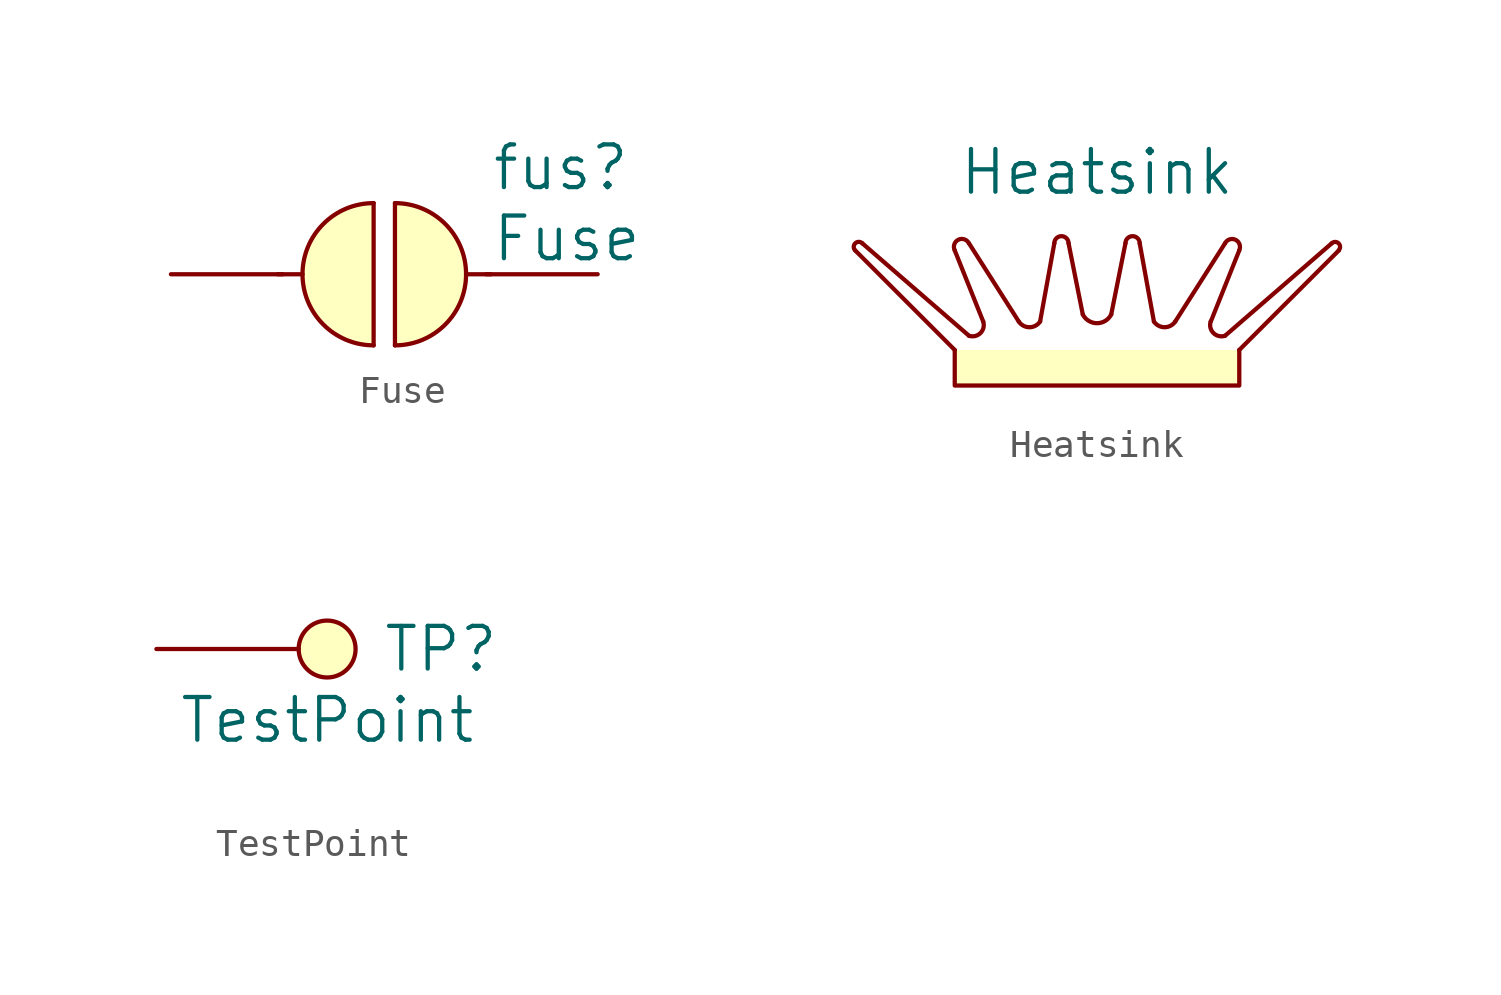
<source format=kicad_sym>
(kicad_symbol_lib
  (version 20220914)
  (generator kicad_symbol_editor)
  (symbol "Fuse"
    (pin_numbers hide)
    (pin_names
      (offset 1.016) hide)
    (property "Reference" "fus"
      (at 3.81 3.81 0)
      (effects (font (size 1.524 1.524)) (justify left)))
    (property "Value" "Fuse"
      (at 3.81 1.27 0)
      (effects (font (size 1.524 1.524)) (justify left)))
    (property "Datasheet" ""
      (at -1.651 0 0)
      (effects (font (size 1.524 1.524))))
    (symbol "Fuse_0_1"
      (arc (start -0.381 2.54) (mid -2.91 0) (end -0.381 -2.54) (stroke (width 0) (type solid)) (fill (type background)))
      (polyline (pts (xy -2.921 0) (xy -3.81 0)) (stroke (width 0) (type solid)) (fill (type none)))
      (polyline (pts (xy -0.381 -2.54) (xy -0.381 2.54)) (stroke (width 0) (type solid)) (fill (type none)))
      (polyline (pts (xy 0.381 -2.54) (xy 0.381 2.54)) (stroke (width 0) (type solid)) (fill (type none)))
      (polyline (pts (xy 3.81 0) (xy 2.921 0)) (stroke (width 0) (type solid)) (fill (type none)))
      (arc (start 0.381 -2.54) (mid 2.91 0) (end 0.381 2.54) (stroke (width 0) (type solid)) (fill (type background))))
    (symbol "Fuse_1_1"
      (pin passive line (at -7.62 0 0) (length 3.988) (name "~" (effects (font (size 1.524 1.524)))) (number "1" (effects (font (size 1.524 1.524)))))
      (pin passive line (at 7.62 0 180) (length 3.988) (name "~" (effects (font (size 1.524 1.524)))) (number "2" (effects (font (size 1.524 1.524)))))))
  (symbol "Heatsink"
    (pin_numbers hide)
    (pin_names
      (offset 1.016) hide)
    (property "Reference" "Heat"
      (at 0 10.16 0)
      (effects (font (size 1.524 1.524)) hide))
    (property "Value" "Heatsink"
      (at 0 7.62 0)
      (effects (font (size 1.524 1.524))))
    (property "Datasheet" ""
      (at -1.651 0 0)
      (effects (font (size 1.524 1.524))))
    (symbol "Heatsink_0_1"
      (arc (start -8.382 5.08) (mid -8.6355 5.0795) (end -8.636 4.826) (stroke (width 0) (type solid)) (fill (type none)))
      (arc (start -4.572 1.778) (mid -4.161 1.875) (end -4.064 2.286) (stroke (width 0) (type solid)) (fill (type none)))
      (arc (start -4.572 5.08) (mid -4.9524 5.2059) (end -5.08 4.826) (stroke (width 0) (type solid)) (fill (type none)))
      (arc (start -2.794 2.286) (mid -2.413 2.0821) (end -2.032 2.286) (stroke (width 0) (type solid)) (fill (type none)))
      (arc (start -1.016 5.08) (mid -1.27 5.3329) (end -1.524 5.08) (stroke (width 0) (type solid)) (fill (type none)))
      (arc (start -0.508 2.54) (mid 0 2.226) (end 0.508 2.54) (stroke (width 0) (type solid)) (fill (type none)))
      (polyline (pts (xy -5.08 1.27) (xy -8.636 4.826)) (stroke (width 0) (type solid)) (fill (type none)))
      (polyline (pts (xy -4.572 1.778) (xy -8.382 5.08)) (stroke (width 0) (type solid)) (fill (type none)))
      (polyline (pts (xy -4.572 5.08) (xy -2.794 2.286)) (stroke (width 0) (type solid)) (fill (type none)))
      (polyline (pts (xy -4.064 2.286) (xy -5.08 4.826)) (stroke (width 0) (type solid)) (fill (type none)))
      (polyline (pts (xy -2.032 2.286) (xy -1.524 5.08)) (stroke (width 0) (type solid)) (fill (type none)))
      (polyline (pts (xy -0.508 2.54) (xy -1.016 5.08)) (stroke (width 0) (type solid)) (fill (type none)))
      (polyline (pts (xy 1.016 5.08) (xy 0.508 2.54)) (stroke (width 0) (type solid)) (fill (type background)))
      (polyline (pts (xy 2.032 2.286) (xy 1.524 5.08)) (stroke (width 0) (type solid)) (fill (type background)))
      (polyline (pts (xy 4.572 5.08) (xy 2.794 2.286)) (stroke (width 0) (type solid)) (fill (type none)))
      (polyline (pts (xy 5.08 1.27) (xy 8.636 4.826)) (stroke (width 0) (type solid)) (fill (type none)))
      (polyline (pts (xy 5.08 4.826) (xy 4.064 2.286)) (stroke (width 0) (type solid)) (fill (type none)))
      (polyline (pts (xy 8.382 5.08) (xy 4.572 1.778)) (stroke (width 0) (type solid)) (fill (type none)))
      (polyline (pts (xy 5.08 1.27) (xy 5.08 0) (xy -5.08 0) (xy -5.08 1.27)) (stroke (width 0) (type solid)) (fill (type background)))
      (arc (start 1.524 5.08) (mid 1.27 5.3329) (end 1.016 5.08) (stroke (width 0) (type solid)) (fill (type none)))
      (arc (start 2.032 2.286) (mid 2.413 2.0821) (end 2.794 2.286) (stroke (width 0) (type solid)) (fill (type none)))
      (arc (start 4.064 2.286) (mid 4.161 1.875) (end 4.572 1.778) (stroke (width 0) (type solid)) (fill (type none)))
      (arc (start 5.08 4.826) (mid 4.9525 5.2058) (end 4.572 5.08) (stroke (width 0) (type solid)) (fill (type none)))
      (arc (start 8.636 4.826) (mid 8.6355 5.0795) (end 8.382 5.08) (stroke (width 0) (type solid)) (fill (type none)))))
  (symbol "TestPoint"
    (pin_numbers hide)
    (pin_names
      (offset 1.016) hide)
    (property "Reference" "TP"
      (at 10.16 0 0)
      (effects (font (size 1.524 1.524))))
    (property "Value" "TestPoint"
      (at 11.43 -2.54 0)
      (effects (font (size 1.524 1.524)) (justify right)))
    (property "Datasheet" ""
      (at 0 -5.08 0)
      (effects (font (size 1.524 1.524))))
    (symbol "TestPoint_0_1"
      (circle (center 6.096 0) (radius 1.016) (stroke (width 0) (type solid)) (fill (type background))))
    (symbol "TestPoint_1_1"
      (pin passive line (at 0 0 0) (length 5.08) (name "~" (effects (font (size 1.27 1.27)))) (number "1" (effects (font (size 1.27 1.27))))))))
</source>
